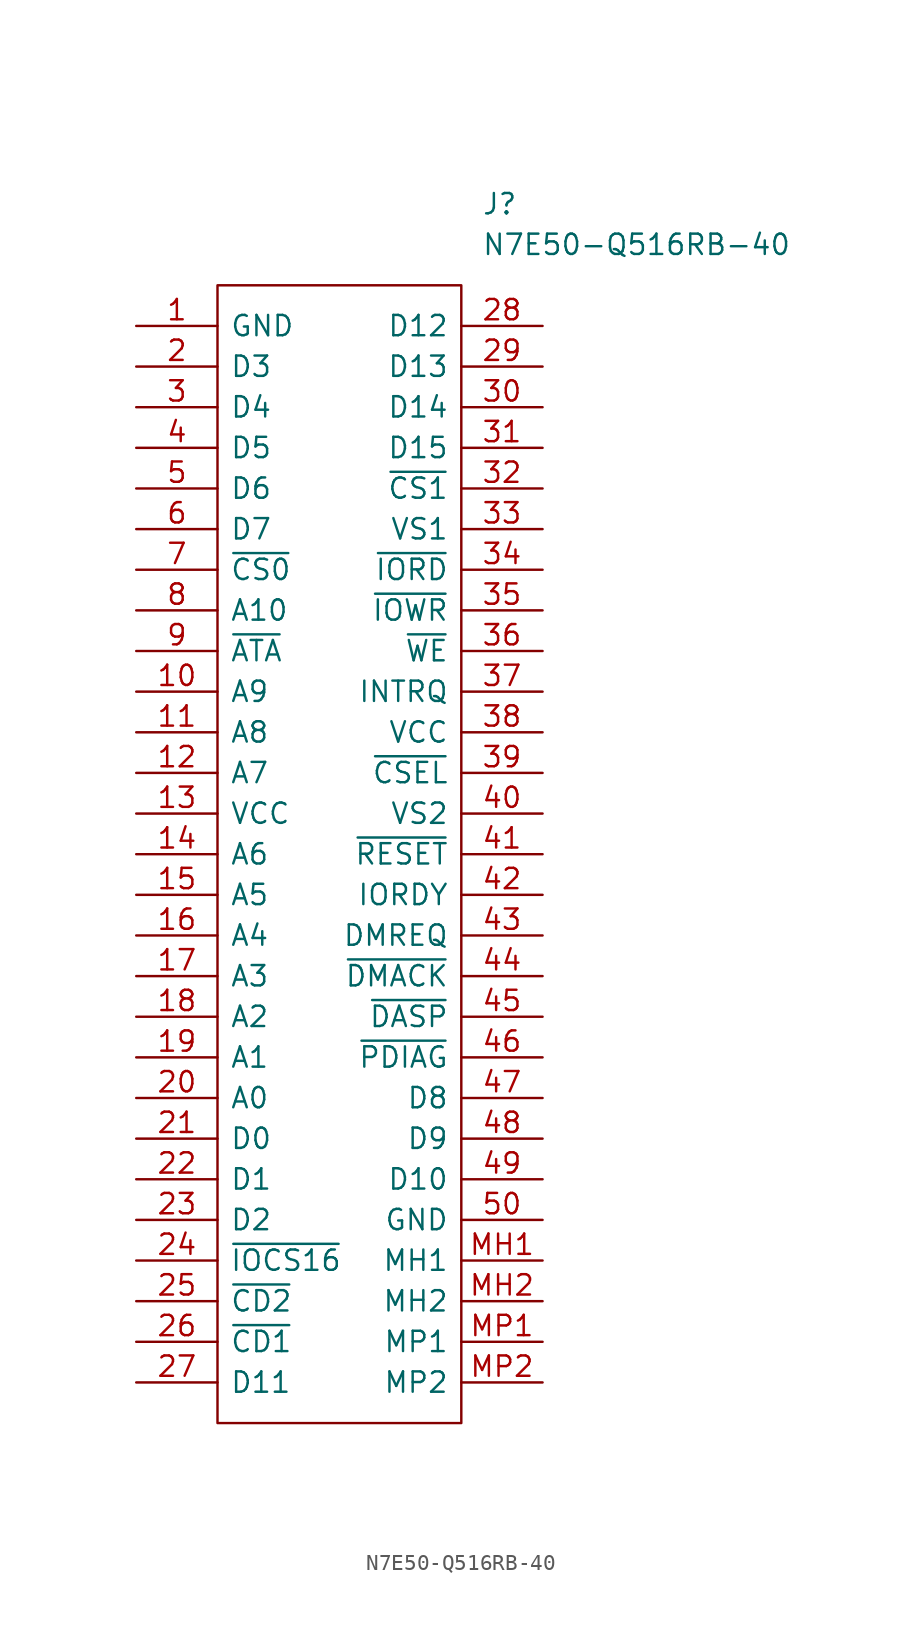
<source format=kicad_sym>
(kicad_symbol_lib
  (version 20220914)
  (generator kicad_symbol_editor)
  (symbol "N7E50-Q516RB-40"
    (pin_names
      (offset 0.762))
    (property "Reference" "J"
      (at 8.89 39.37 0)
      (effects (font (size 1.27 1.27)) (justify left)))
    (property "Value" "N7E50-Q516RB-40"
      (at 8.89 36.83 0)
      (effects (font (size 1.27 1.27)) (justify left)))
    (symbol "N7E50-Q516RB-40_0_0"
      (pin passive line (at 12.7 -26.67 180) (length 5.08) (name "MH1" (effects (font (size 1.27 1.27)))) (number "MH1" (effects (font (size 1.27 1.27)))))
      (pin passive line (at 12.7 -29.21 180) (length 5.08) (name "MH2" (effects (font (size 1.27 1.27)))) (number "MH2" (effects (font (size 1.27 1.27)))))
      (pin passive line (at 12.7 -31.75 180) (length 5.08) (name "MP1" (effects (font (size 1.27 1.27)))) (number "MP1" (effects (font (size 1.27 1.27)))))
      (pin passive line (at 12.7 -34.29 180) (length 5.08) (name "MP2" (effects (font (size 1.27 1.27)))) (number "MP2" (effects (font (size 1.27 1.27))))))
    (symbol "N7E50-Q516RB-40_0_1"
      (polyline (pts (xy -7.62 34.29) (xy 7.62 34.29) (xy 7.62 -36.83) (xy -7.62 -36.83) (xy -7.62 34.29)) (stroke (width 0.152) (type solid)) (fill (type none))))
    (symbol "N7E50-Q516RB-40_1_0"
      (pin power_in line (at -12.7 31.75 0) (length 5.08) (name "GND" (effects (font (size 1.27 1.27)))) (number "1" (effects (font (size 1.27 1.27)))))
      (pin input line (at -12.7 8.89 0) (length 5.08) (name "A9" (effects (font (size 1.27 1.27)))) (number "10" (effects (font (size 1.27 1.27)))))
      (pin input line (at -12.7 6.35 0) (length 5.08) (name "A8" (effects (font (size 1.27 1.27)))) (number "11" (effects (font (size 1.27 1.27)))))
      (pin input line (at -12.7 3.81 0) (length 5.08) (name "A7" (effects (font (size 1.27 1.27)))) (number "12" (effects (font (size 1.27 1.27)))))
      (pin power_in line (at -12.7 1.27 0) (length 5.08) (name "VCC" (effects (font (size 1.27 1.27)))) (number "13" (effects (font (size 1.27 1.27)))))
      (pin input line (at -12.7 -1.27 0) (length 5.08) (name "A6" (effects (font (size 1.27 1.27)))) (number "14" (effects (font (size 1.27 1.27)))))
      (pin input line (at -12.7 -3.81 0) (length 5.08) (name "A5" (effects (font (size 1.27 1.27)))) (number "15" (effects (font (size 1.27 1.27)))))
      (pin input line (at -12.7 -6.35 0) (length 5.08) (name "A4" (effects (font (size 1.27 1.27)))) (number "16" (effects (font (size 1.27 1.27)))))
      (pin input line (at -12.7 -8.89 0) (length 5.08) (name "A3" (effects (font (size 1.27 1.27)))) (number "17" (effects (font (size 1.27 1.27)))))
      (pin input line (at -12.7 -11.43 0) (length 5.08) (name "A2" (effects (font (size 1.27 1.27)))) (number "18" (effects (font (size 1.27 1.27)))))
      (pin input line (at -12.7 -13.97 0) (length 5.08) (name "A1" (effects (font (size 1.27 1.27)))) (number "19" (effects (font (size 1.27 1.27)))))
      (pin bidirectional line (at -12.7 29.21 0) (length 5.08) (name "D3" (effects (font (size 1.27 1.27)))) (number "2" (effects (font (size 1.27 1.27)))))
      (pin input line (at -12.7 -16.51 0) (length 5.08) (name "A0" (effects (font (size 1.27 1.27)))) (number "20" (effects (font (size 1.27 1.27)))))
      (pin bidirectional line (at -12.7 -19.05 0) (length 5.08) (name "D0" (effects (font (size 1.27 1.27)))) (number "21" (effects (font (size 1.27 1.27)))))
      (pin bidirectional line (at -12.7 -21.59 0) (length 5.08) (name "D1" (effects (font (size 1.27 1.27)))) (number "22" (effects (font (size 1.27 1.27)))))
      (pin bidirectional line (at -12.7 -24.13 0) (length 5.08) (name "D2" (effects (font (size 1.27 1.27)))) (number "23" (effects (font (size 1.27 1.27)))))
      (pin input line (at -12.7 -26.67 0) (length 5.08) (name "~{IOCS16}" (effects (font (size 1.27 1.27)))) (number "24" (effects (font (size 1.27 1.27)))))
      (pin input line (at -12.7 -29.21 0) (length 5.08) (name "~{CD2}" (effects (font (size 1.27 1.27)))) (number "25" (effects (font (size 1.27 1.27)))))
      (pin input line (at -12.7 -31.75 0) (length 5.08) (name "~{CD1}" (effects (font (size 1.27 1.27)))) (number "26" (effects (font (size 1.27 1.27)))))
      (pin bidirectional line (at -12.7 -34.29 0) (length 5.08) (name "D11" (effects (font (size 1.27 1.27)))) (number "27" (effects (font (size 1.27 1.27)))))
      (pin bidirectional line (at 12.7 31.75 180) (length 5.08) (name "D12" (effects (font (size 1.27 1.27)))) (number "28" (effects (font (size 1.27 1.27)))))
      (pin bidirectional line (at 12.7 29.21 180) (length 5.08) (name "D13" (effects (font (size 1.27 1.27)))) (number "29" (effects (font (size 1.27 1.27)))))
      (pin bidirectional line (at -12.7 26.67 0) (length 5.08) (name "D4" (effects (font (size 1.27 1.27)))) (number "3" (effects (font (size 1.27 1.27)))))
      (pin bidirectional line (at 12.7 26.67 180) (length 5.08) (name "D14" (effects (font (size 1.27 1.27)))) (number "30" (effects (font (size 1.27 1.27)))))
      (pin bidirectional line (at 12.7 24.13 180) (length 5.08) (name "D15" (effects (font (size 1.27 1.27)))) (number "31" (effects (font (size 1.27 1.27)))))
      (pin input line (at 12.7 21.59 180) (length 5.08) (name "~{CS1}" (effects (font (size 1.27 1.27)))) (number "32" (effects (font (size 1.27 1.27)))))
      (pin output line (at 12.7 19.05 180) (length 5.08) (name "VS1" (effects (font (size 1.27 1.27)))) (number "33" (effects (font (size 1.27 1.27)))))
      (pin input line (at 12.7 16.51 180) (length 5.08) (name "~{IORD}" (effects (font (size 1.27 1.27)))) (number "34" (effects (font (size 1.27 1.27)))))
      (pin input line (at 12.7 13.97 180) (length 5.08) (name "~{IOWR}" (effects (font (size 1.27 1.27)))) (number "35" (effects (font (size 1.27 1.27)))))
      (pin input line (at 12.7 11.43 180) (length 5.08) (name "~{WE}" (effects (font (size 1.27 1.27)))) (number "36" (effects (font (size 1.27 1.27)))))
      (pin output line (at 12.7 8.89 180) (length 5.08) (name "INTRQ" (effects (font (size 1.27 1.27)))) (number "37" (effects (font (size 1.27 1.27)))))
      (pin power_in line (at 12.7 6.35 180) (length 5.08) (name "VCC" (effects (font (size 1.27 1.27)))) (number "38" (effects (font (size 1.27 1.27)))))
      (pin input line (at 12.7 3.81 180) (length 5.08) (name "~{CSEL}" (effects (font (size 1.27 1.27)))) (number "39" (effects (font (size 1.27 1.27)))))
      (pin bidirectional line (at -12.7 24.13 0) (length 5.08) (name "D5" (effects (font (size 1.27 1.27)))) (number "4" (effects (font (size 1.27 1.27)))))
      (pin output line (at 12.7 1.27 180) (length 5.08) (name "VS2" (effects (font (size 1.27 1.27)))) (number "40" (effects (font (size 1.27 1.27)))))
      (pin input line (at 12.7 -1.27 180) (length 5.08) (name "~{RESET}" (effects (font (size 1.27 1.27)))) (number "41" (effects (font (size 1.27 1.27)))))
      (pin output line (at 12.7 -3.81 180) (length 5.08) (name "IORDY" (effects (font (size 1.27 1.27)))) (number "42" (effects (font (size 1.27 1.27)))))
      (pin output line (at 12.7 -6.35 180) (length 5.08) (name "DMREQ" (effects (font (size 1.27 1.27)))) (number "43" (effects (font (size 1.27 1.27)))))
      (pin input line (at 12.7 -8.89 180) (length 5.08) (name "~{DMACK}" (effects (font (size 1.27 1.27)))) (number "44" (effects (font (size 1.27 1.27)))))
      (pin output line (at 12.7 -11.43 180) (length 5.08) (name "~{DASP}" (effects (font (size 1.27 1.27)))) (number "45" (effects (font (size 1.27 1.27)))))
      (pin passive line (at 12.7 -13.97 180) (length 5.08) (name "~{PDIAG}" (effects (font (size 1.27 1.27)))) (number "46" (effects (font (size 1.27 1.27)))))
      (pin bidirectional line (at 12.7 -16.51 180) (length 5.08) (name "D8" (effects (font (size 1.27 1.27)))) (number "47" (effects (font (size 1.27 1.27)))))
      (pin bidirectional line (at 12.7 -19.05 180) (length 5.08) (name "D9" (effects (font (size 1.27 1.27)))) (number "48" (effects (font (size 1.27 1.27)))))
      (pin bidirectional line (at 12.7 -21.59 180) (length 5.08) (name "D10" (effects (font (size 1.27 1.27)))) (number "49" (effects (font (size 1.27 1.27)))))
      (pin bidirectional line (at -12.7 21.59 0) (length 5.08) (name "D6" (effects (font (size 1.27 1.27)))) (number "5" (effects (font (size 1.27 1.27)))))
      (pin power_in line (at 12.7 -24.13 180) (length 5.08) (name "GND" (effects (font (size 1.27 1.27)))) (number "50" (effects (font (size 1.27 1.27)))))
      (pin bidirectional line (at -12.7 19.05 0) (length 5.08) (name "D7" (effects (font (size 1.27 1.27)))) (number "6" (effects (font (size 1.27 1.27)))))
      (pin input line (at -12.7 16.51 0) (length 5.08) (name "~{CS0}" (effects (font (size 1.27 1.27)))) (number "7" (effects (font (size 1.27 1.27)))))
      (pin input line (at -12.7 13.97 0) (length 5.08) (name "A10" (effects (font (size 1.27 1.27)))) (number "8" (effects (font (size 1.27 1.27)))))
      (pin input line (at -12.7 11.43 0) (length 5.08) (name "~{ATA}" (effects (font (size 1.27 1.27)))) (number "9" (effects (font (size 1.27 1.27))))))))
</source>
